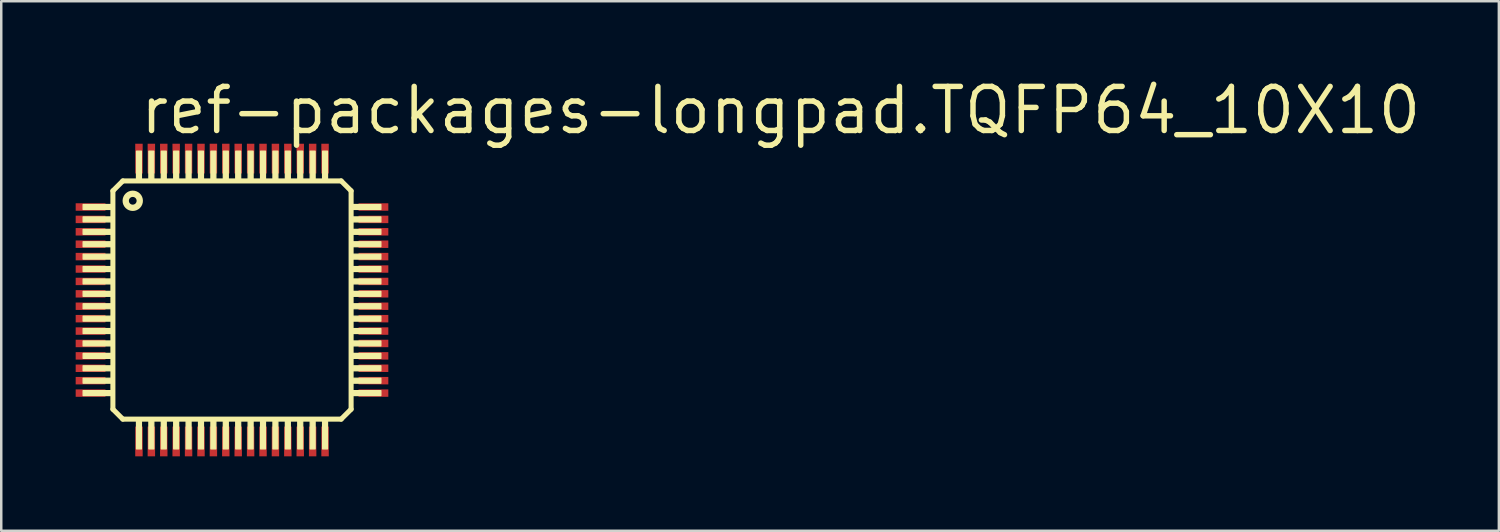
<source format=kicad_pcb>
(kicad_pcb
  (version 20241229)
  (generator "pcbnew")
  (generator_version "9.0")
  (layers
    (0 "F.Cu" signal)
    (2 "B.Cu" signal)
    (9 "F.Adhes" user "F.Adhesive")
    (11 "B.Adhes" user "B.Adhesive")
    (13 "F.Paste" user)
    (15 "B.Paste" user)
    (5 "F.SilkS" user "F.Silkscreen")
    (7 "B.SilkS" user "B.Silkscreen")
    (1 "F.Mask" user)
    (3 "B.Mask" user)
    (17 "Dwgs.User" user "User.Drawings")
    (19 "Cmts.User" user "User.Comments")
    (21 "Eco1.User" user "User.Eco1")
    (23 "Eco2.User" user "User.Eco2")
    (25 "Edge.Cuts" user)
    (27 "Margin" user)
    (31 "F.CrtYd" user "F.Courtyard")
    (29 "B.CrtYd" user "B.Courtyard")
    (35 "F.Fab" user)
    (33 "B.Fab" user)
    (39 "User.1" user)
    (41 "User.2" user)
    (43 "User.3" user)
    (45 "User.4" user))
  (footprint "ref-packages-longpad.TQFP64_10X10"
    (layer "F.Cu")
    (at 6.3 9.042)
    (property "Reference" "ref-packages-longpad.TQFP64_10X10" (at -3.81 -6.604 0) (layer "F.SilkS") (effects (font (size 1.778 1.778) (thickness 0.22)) (justify left bottom)))
    (attr smd)
    (fp_line (start -4.8 -4.4) (end -4.4 -4.8) (stroke (width 0.203) (type default)) (layer "F.SilkS"))
    (fp_line (start -4.8 4.4) (end -4.8 -4.4) (stroke (width 0.203) (type default)) (layer "F.SilkS"))
    (fp_line (start -4.4 -4.8) (end 4.4 -4.8) (stroke (width 0.203) (type default)) (layer "F.SilkS"))
    (fp_line (start -4.4 4.8) (end -4.8 4.4) (stroke (width 0.203) (type default)) (layer "F.SilkS"))
    (fp_line (start 4.4 -4.8) (end 4.8 -4.4) (stroke (width 0.203) (type default)) (layer "F.SilkS"))
    (fp_line (start 4.4 4.8) (end -4.4 4.8) (stroke (width 0.203) (type default)) (layer "F.SilkS"))
    (fp_line (start 4.8 -4.4) (end 4.8 4.4) (stroke (width 0.203) (type default)) (layer "F.SilkS"))
    (fp_line (start 4.8 4.4) (end 4.4 4.8) (stroke (width 0.203) (type default)) (layer "F.SilkS"))
    (fp_rect (start -6 -3.65) (end -4.8 -3.85) (stroke (width 0.05) (type default)) (fill yes) (layer "F.SilkS"))
    (fp_rect (start -6 -3.15) (end -4.8 -3.35) (stroke (width 0.05) (type default)) (fill yes) (layer "F.SilkS"))
    (fp_rect (start -6 -2.65) (end -4.8 -2.85) (stroke (width 0.05) (type default)) (fill yes) (layer "F.SilkS"))
    (fp_rect (start -6 -2.15) (end -4.8 -2.35) (stroke (width 0.05) (type default)) (fill yes) (layer "F.SilkS"))
    (fp_rect (start -6 -1.65) (end -4.8 -1.85) (stroke (width 0.05) (type default)) (fill yes) (layer "F.SilkS"))
    (fp_rect (start -6 -1.15) (end -4.8 -1.35) (stroke (width 0.05) (type default)) (fill yes) (layer "F.SilkS"))
    (fp_rect (start -6 -0.65) (end -4.8 -0.85) (stroke (width 0.05) (type default)) (fill yes) (layer "F.SilkS"))
    (fp_rect (start -6 -0.15) (end -4.8 -0.35) (stroke (width 0.05) (type default)) (fill yes) (layer "F.SilkS"))
    (fp_rect (start -6 0.35) (end -4.8 0.15) (stroke (width 0.05) (type default)) (fill yes) (layer "F.SilkS"))
    (fp_rect (start -6 0.85) (end -4.8 0.65) (stroke (width 0.05) (type default)) (fill yes) (layer "F.SilkS"))
    (fp_rect (start -6 1.35) (end -4.8 1.15) (stroke (width 0.05) (type default)) (fill yes) (layer "F.SilkS"))
    (fp_rect (start -6 1.85) (end -4.8 1.65) (stroke (width 0.05) (type default)) (fill yes) (layer "F.SilkS"))
    (fp_rect (start -6 2.35) (end -4.8 2.15) (stroke (width 0.05) (type default)) (fill yes) (layer "F.SilkS"))
    (fp_rect (start -6 2.85) (end -4.8 2.65) (stroke (width 0.05) (type default)) (fill yes) (layer "F.SilkS"))
    (fp_rect (start -6 3.35) (end -4.8 3.15) (stroke (width 0.05) (type default)) (fill yes) (layer "F.SilkS"))
    (fp_rect (start -6 3.85) (end -4.8 3.65) (stroke (width 0.05) (type default)) (fill yes) (layer "F.SilkS"))
    (fp_rect (start -3.85 -4.8) (end -3.65 -6) (stroke (width 0.05) (type default)) (fill yes) (layer "F.SilkS"))
    (fp_rect (start -3.85 6) (end -3.65 4.8) (stroke (width 0.05) (type default)) (fill yes) (layer "F.SilkS"))
    (fp_rect (start -3.35 -4.8) (end -3.15 -6) (stroke (width 0.05) (type default)) (fill yes) (layer "F.SilkS"))
    (fp_rect (start -3.35 6) (end -3.15 4.8) (stroke (width 0.05) (type default)) (fill yes) (layer "F.SilkS"))
    (fp_rect (start -2.85 -4.8) (end -2.65 -6) (stroke (width 0.05) (type default)) (fill yes) (layer "F.SilkS"))
    (fp_rect (start -2.85 6) (end -2.65 4.8) (stroke (width 0.05) (type default)) (fill yes) (layer "F.SilkS"))
    (fp_rect (start -2.35 -4.8) (end -2.15 -6) (stroke (width 0.05) (type default)) (fill yes) (layer "F.SilkS"))
    (fp_rect (start -2.35 6) (end -2.15 4.8) (stroke (width 0.05) (type default)) (fill yes) (layer "F.SilkS"))
    (fp_rect (start -1.85 -4.8) (end -1.65 -6) (stroke (width 0.05) (type default)) (fill yes) (layer "F.SilkS"))
    (fp_rect (start -1.85 6) (end -1.65 4.8) (stroke (width 0.05) (type default)) (fill yes) (layer "F.SilkS"))
    (fp_rect (start -1.35 -4.8) (end -1.15 -6) (stroke (width 0.05) (type default)) (fill yes) (layer "F.SilkS"))
    (fp_rect (start -1.35 6) (end -1.15 4.8) (stroke (width 0.05) (type default)) (fill yes) (layer "F.SilkS"))
    (fp_rect (start -0.85 -4.8) (end -0.65 -6) (stroke (width 0.05) (type default)) (fill yes) (layer "F.SilkS"))
    (fp_rect (start -0.85 6) (end -0.65 4.8) (stroke (width 0.05) (type default)) (fill yes) (layer "F.SilkS"))
    (fp_rect (start -0.35 -4.8) (end -0.15 -6) (stroke (width 0.05) (type default)) (fill yes) (layer "F.SilkS"))
    (fp_rect (start -0.35 6) (end -0.15 4.8) (stroke (width 0.05) (type default)) (fill yes) (layer "F.SilkS"))
    (fp_rect (start 0.15 -4.8) (end 0.35 -6) (stroke (width 0.05) (type default)) (fill yes) (layer "F.SilkS"))
    (fp_rect (start 0.15 6) (end 0.35 4.8) (stroke (width 0.05) (type default)) (fill yes) (layer "F.SilkS"))
    (fp_rect (start 0.65 -4.8) (end 0.85 -6) (stroke (width 0.05) (type default)) (fill yes) (layer "F.SilkS"))
    (fp_rect (start 0.65 6) (end 0.85 4.8) (stroke (width 0.05) (type default)) (fill yes) (layer "F.SilkS"))
    (fp_rect (start 1.15 -4.8) (end 1.35 -6) (stroke (width 0.05) (type default)) (fill yes) (layer "F.SilkS"))
    (fp_rect (start 1.15 6) (end 1.35 4.8) (stroke (width 0.05) (type default)) (fill yes) (layer "F.SilkS"))
    (fp_rect (start 1.65 -4.8) (end 1.85 -6) (stroke (width 0.05) (type default)) (fill yes) (layer "F.SilkS"))
    (fp_rect (start 1.65 6) (end 1.85 4.8) (stroke (width 0.05) (type default)) (fill yes) (layer "F.SilkS"))
    (fp_rect (start 2.15 -4.8) (end 2.35 -6) (stroke (width 0.05) (type default)) (fill yes) (layer "F.SilkS"))
    (fp_rect (start 2.15 6) (end 2.35 4.8) (stroke (width 0.05) (type default)) (fill yes) (layer "F.SilkS"))
    (fp_rect (start 2.65 -4.8) (end 2.85 -6) (stroke (width 0.05) (type default)) (fill yes) (layer "F.SilkS"))
    (fp_rect (start 2.65 6) (end 2.85 4.8) (stroke (width 0.05) (type default)) (fill yes) (layer "F.SilkS"))
    (fp_rect (start 3.15 -4.8) (end 3.35 -6) (stroke (width 0.05) (type default)) (fill yes) (layer "F.SilkS"))
    (fp_rect (start 3.15 6) (end 3.35 4.8) (stroke (width 0.05) (type default)) (fill yes) (layer "F.SilkS"))
    (fp_rect (start 3.65 -4.8) (end 3.85 -6) (stroke (width 0.05) (type default)) (fill yes) (layer "F.SilkS"))
    (fp_rect (start 3.65 6) (end 3.85 4.8) (stroke (width 0.05) (type default)) (fill yes) (layer "F.SilkS"))
    (fp_rect (start 4.8 -3.65) (end 6 -3.85) (stroke (width 0.05) (type default)) (fill yes) (layer "F.SilkS"))
    (fp_rect (start 4.8 -3.15) (end 6 -3.35) (stroke (width 0.05) (type default)) (fill yes) (layer "F.SilkS"))
    (fp_rect (start 4.8 -2.65) (end 6 -2.85) (stroke (width 0.05) (type default)) (fill yes) (layer "F.SilkS"))
    (fp_rect (start 4.8 -2.15) (end 6 -2.35) (stroke (width 0.05) (type default)) (fill yes) (layer "F.SilkS"))
    (fp_rect (start 4.8 -1.65) (end 6 -1.85) (stroke (width 0.05) (type default)) (fill yes) (layer "F.SilkS"))
    (fp_rect (start 4.8 -1.15) (end 6 -1.35) (stroke (width 0.05) (type default)) (fill yes) (layer "F.SilkS"))
    (fp_rect (start 4.8 -0.65) (end 6 -0.85) (stroke (width 0.05) (type default)) (fill yes) (layer "F.SilkS"))
    (fp_rect (start 4.8 -0.15) (end 6 -0.35) (stroke (width 0.05) (type default)) (fill yes) (layer "F.SilkS"))
    (fp_rect (start 4.8 0.35) (end 6 0.15) (stroke (width 0.05) (type default)) (fill yes) (layer "F.SilkS"))
    (fp_rect (start 4.8 0.85) (end 6 0.65) (stroke (width 0.05) (type default)) (fill yes) (layer "F.SilkS"))
    (fp_rect (start 4.8 1.35) (end 6 1.15) (stroke (width 0.05) (type default)) (fill yes) (layer "F.SilkS"))
    (fp_rect (start 4.8 1.85) (end 6 1.65) (stroke (width 0.05) (type default)) (fill yes) (layer "F.SilkS"))
    (fp_rect (start 4.8 2.35) (end 6 2.15) (stroke (width 0.05) (type default)) (fill yes) (layer "F.SilkS"))
    (fp_rect (start 4.8 2.85) (end 6 2.65) (stroke (width 0.05) (type default)) (fill yes) (layer "F.SilkS"))
    (fp_rect (start 4.8 3.35) (end 6 3.15) (stroke (width 0.05) (type default)) (fill yes) (layer "F.SilkS"))
    (fp_rect (start 4.8 3.85) (end 6 3.65) (stroke (width 0.05) (type default)) (fill yes) (layer "F.SilkS"))
    (fp_circle (center -4 -4) (end -3.717 -4) (stroke (width 0.254) (type default)) (fill no) (layer "F.SilkS"))
    (pad "1" smd roundrect (at -5.7 -3.75) (size 1.2 0.3) (layers "F.Cu" "F.Mask" "F.Paste") (roundrect_rratio 0.01))
    (pad "2" smd roundrect (at -5.7 -3.25) (size 1.2 0.3) (layers "F.Cu" "F.Mask" "F.Paste") (roundrect_rratio 0.01))
    (pad "3" smd roundrect (at -5.7 -2.75) (size 1.2 0.3) (layers "F.Cu" "F.Mask" "F.Paste") (roundrect_rratio 0.01))
    (pad "4" smd roundrect (at -5.7 -2.25) (size 1.2 0.3) (layers "F.Cu" "F.Mask" "F.Paste") (roundrect_rratio 0.01))
    (pad "5" smd roundrect (at -5.7 -1.75) (size 1.2 0.3) (layers "F.Cu" "F.Mask" "F.Paste") (roundrect_rratio 0.01))
    (pad "6" smd roundrect (at -5.7 -1.25) (size 1.2 0.3) (layers "F.Cu" "F.Mask" "F.Paste") (roundrect_rratio 0.01))
    (pad "7" smd roundrect (at -5.7 -0.75) (size 1.2 0.3) (layers "F.Cu" "F.Mask" "F.Paste") (roundrect_rratio 0.01))
    (pad "8" smd roundrect (at -5.7 -0.25) (size 1.2 0.3) (layers "F.Cu" "F.Mask" "F.Paste") (roundrect_rratio 0.01))
    (pad "9" smd roundrect (at -5.7 0.25) (size 1.2 0.3) (layers "F.Cu" "F.Mask" "F.Paste") (roundrect_rratio 0.01))
    (pad "10" smd roundrect (at -5.7 0.75) (size 1.2 0.3) (layers "F.Cu" "F.Mask" "F.Paste") (roundrect_rratio 0.01))
    (pad "11" smd roundrect (at -5.7 1.25) (size 1.2 0.3) (layers "F.Cu" "F.Mask" "F.Paste") (roundrect_rratio 0.01))
    (pad "12" smd roundrect (at -5.7 1.75) (size 1.2 0.3) (layers "F.Cu" "F.Mask" "F.Paste") (roundrect_rratio 0.01))
    (pad "13" smd roundrect (at -5.7 2.25) (size 1.2 0.3) (layers "F.Cu" "F.Mask" "F.Paste") (roundrect_rratio 0.01))
    (pad "14" smd roundrect (at -5.7 2.75) (size 1.2 0.3) (layers "F.Cu" "F.Mask" "F.Paste") (roundrect_rratio 0.01))
    (pad "15" smd roundrect (at -5.7 3.25) (size 1.2 0.3) (layers "F.Cu" "F.Mask" "F.Paste") (roundrect_rratio 0.01))
    (pad "16" smd roundrect (at -5.7 3.75) (size 1.2 0.3) (layers "F.Cu" "F.Mask" "F.Paste") (roundrect_rratio 0.01))
    (pad "17" smd roundrect (at -3.75 5.7) (size 0.3 1.2) (layers "F.Cu" "F.Mask" "F.Paste") (roundrect_rratio 0.01))
    (pad "18" smd roundrect (at -3.25 5.7) (size 0.3 1.2) (layers "F.Cu" "F.Mask" "F.Paste") (roundrect_rratio 0.01))
    (pad "19" smd roundrect (at -2.75 5.7) (size 0.3 1.2) (layers "F.Cu" "F.Mask" "F.Paste") (roundrect_rratio 0.01))
    (pad "20" smd roundrect (at -2.25 5.7) (size 0.3 1.2) (layers "F.Cu" "F.Mask" "F.Paste") (roundrect_rratio 0.01))
    (pad "21" smd roundrect (at -1.75 5.7) (size 0.3 1.2) (layers "F.Cu" "F.Mask" "F.Paste") (roundrect_rratio 0.01))
    (pad "22" smd roundrect (at -1.25 5.7) (size 0.3 1.2) (layers "F.Cu" "F.Mask" "F.Paste") (roundrect_rratio 0.01))
    (pad "23" smd roundrect (at -0.75 5.7) (size 0.3 1.2) (layers "F.Cu" "F.Mask" "F.Paste") (roundrect_rratio 0.01))
    (pad "24" smd roundrect (at -0.25 5.7) (size 0.3 1.2) (layers "F.Cu" "F.Mask" "F.Paste") (roundrect_rratio 0.01))
    (pad "25" smd roundrect (at 0.25 5.7) (size 0.3 1.2) (layers "F.Cu" "F.Mask" "F.Paste") (roundrect_rratio 0.01))
    (pad "26" smd roundrect (at 0.75 5.7) (size 0.3 1.2) (layers "F.Cu" "F.Mask" "F.Paste") (roundrect_rratio 0.01))
    (pad "27" smd roundrect (at 1.25 5.7) (size 0.3 1.2) (layers "F.Cu" "F.Mask" "F.Paste") (roundrect_rratio 0.01))
    (pad "28" smd roundrect (at 1.75 5.7) (size 0.3 1.2) (layers "F.Cu" "F.Mask" "F.Paste") (roundrect_rratio 0.01))
    (pad "29" smd roundrect (at 2.25 5.7) (size 0.3 1.2) (layers "F.Cu" "F.Mask" "F.Paste") (roundrect_rratio 0.01))
    (pad "30" smd roundrect (at 2.75 5.7) (size 0.3 1.2) (layers "F.Cu" "F.Mask" "F.Paste") (roundrect_rratio 0.01))
    (pad "31" smd roundrect (at 3.25 5.7) (size 0.3 1.2) (layers "F.Cu" "F.Mask" "F.Paste") (roundrect_rratio 0.01))
    (pad "32" smd roundrect (at 3.75 5.7) (size 0.3 1.2) (layers "F.Cu" "F.Mask" "F.Paste") (roundrect_rratio 0.01))
    (pad "33" smd roundrect (at 5.7 3.75) (size 1.2 0.3) (layers "F.Cu" "F.Mask" "F.Paste") (roundrect_rratio 0.01))
    (pad "34" smd roundrect (at 5.7 3.25) (size 1.2 0.3) (layers "F.Cu" "F.Mask" "F.Paste") (roundrect_rratio 0.01))
    (pad "35" smd roundrect (at 5.7 2.75) (size 1.2 0.3) (layers "F.Cu" "F.Mask" "F.Paste") (roundrect_rratio 0.01))
    (pad "36" smd roundrect (at 5.7 2.25) (size 1.2 0.3) (layers "F.Cu" "F.Mask" "F.Paste") (roundrect_rratio 0.01))
    (pad "37" smd roundrect (at 5.7 1.75) (size 1.2 0.3) (layers "F.Cu" "F.Mask" "F.Paste") (roundrect_rratio 0.01))
    (pad "38" smd roundrect (at 5.7 1.25) (size 1.2 0.3) (layers "F.Cu" "F.Mask" "F.Paste") (roundrect_rratio 0.01))
    (pad "39" smd roundrect (at 5.7 0.75) (size 1.2 0.3) (layers "F.Cu" "F.Mask" "F.Paste") (roundrect_rratio 0.01))
    (pad "40" smd roundrect (at 5.7 0.25) (size 1.2 0.3) (layers "F.Cu" "F.Mask" "F.Paste") (roundrect_rratio 0.01))
    (pad "41" smd roundrect (at 5.7 -0.25) (size 1.2 0.3) (layers "F.Cu" "F.Mask" "F.Paste") (roundrect_rratio 0.01))
    (pad "42" smd roundrect (at 5.7 -0.75) (size 1.2 0.3) (layers "F.Cu" "F.Mask" "F.Paste") (roundrect_rratio 0.01))
    (pad "43" smd roundrect (at 5.7 -1.25) (size 1.2 0.3) (layers "F.Cu" "F.Mask" "F.Paste") (roundrect_rratio 0.01))
    (pad "44" smd roundrect (at 5.7 -1.75) (size 1.2 0.3) (layers "F.Cu" "F.Mask" "F.Paste") (roundrect_rratio 0.01))
    (pad "45" smd roundrect (at 5.7 -2.25) (size 1.2 0.3) (layers "F.Cu" "F.Mask" "F.Paste") (roundrect_rratio 0.01))
    (pad "46" smd roundrect (at 5.7 -2.75) (size 1.2 0.3) (layers "F.Cu" "F.Mask" "F.Paste") (roundrect_rratio 0.01))
    (pad "47" smd roundrect (at 5.7 -3.25) (size 1.2 0.3) (layers "F.Cu" "F.Mask" "F.Paste") (roundrect_rratio 0.01))
    (pad "48" smd roundrect (at 5.7 -3.75) (size 1.2 0.3) (layers "F.Cu" "F.Mask" "F.Paste") (roundrect_rratio 0.01))
    (pad "49" smd roundrect (at 3.75 -5.7) (size 0.3 1.2) (layers "F.Cu" "F.Mask" "F.Paste") (roundrect_rratio 0.01))
    (pad "50" smd roundrect (at 3.25 -5.7) (size 0.3 1.2) (layers "F.Cu" "F.Mask" "F.Paste") (roundrect_rratio 0.01))
    (pad "51" smd roundrect (at 2.75 -5.7) (size 0.3 1.2) (layers "F.Cu" "F.Mask" "F.Paste") (roundrect_rratio 0.01))
    (pad "52" smd roundrect (at 2.25 -5.7) (size 0.3 1.2) (layers "F.Cu" "F.Mask" "F.Paste") (roundrect_rratio 0.01))
    (pad "53" smd roundrect (at 1.75 -5.7) (size 0.3 1.2) (layers "F.Cu" "F.Mask" "F.Paste") (roundrect_rratio 0.01))
    (pad "54" smd roundrect (at 1.25 -5.7) (size 0.3 1.2) (layers "F.Cu" "F.Mask" "F.Paste") (roundrect_rratio 0.01))
    (pad "55" smd roundrect (at 0.75 -5.7) (size 0.3 1.2) (layers "F.Cu" "F.Mask" "F.Paste") (roundrect_rratio 0.01))
    (pad "56" smd roundrect (at 0.25 -5.7) (size 0.3 1.2) (layers "F.Cu" "F.Mask" "F.Paste") (roundrect_rratio 0.01))
    (pad "57" smd roundrect (at -0.25 -5.7) (size 0.3 1.2) (layers "F.Cu" "F.Mask" "F.Paste") (roundrect_rratio 0.01))
    (pad "58" smd roundrect (at -0.75 -5.7) (size 0.3 1.2) (layers "F.Cu" "F.Mask" "F.Paste") (roundrect_rratio 0.01))
    (pad "59" smd roundrect (at -1.25 -5.7) (size 0.3 1.2) (layers "F.Cu" "F.Mask" "F.Paste") (roundrect_rratio 0.01))
    (pad "60" smd roundrect (at -1.75 -5.7) (size 0.3 1.2) (layers "F.Cu" "F.Mask" "F.Paste") (roundrect_rratio 0.01))
    (pad "61" smd roundrect (at -2.25 -5.7) (size 0.3 1.2) (layers "F.Cu" "F.Mask" "F.Paste") (roundrect_rratio 0.01))
    (pad "62" smd roundrect (at -2.75 -5.7) (size 0.3 1.2) (layers "F.Cu" "F.Mask" "F.Paste") (roundrect_rratio 0.01))
    (pad "63" smd roundrect (at -3.25 -5.7) (size 0.3 1.2) (layers "F.Cu" "F.Mask" "F.Paste") (roundrect_rratio 0.01))
    (pad "64" smd roundrect (at -3.75 -5.7) (size 0.3 1.2) (layers "F.Cu" "F.Mask" "F.Paste") (roundrect_rratio 0.01)))
  (gr_rect
    (start -3 -3)
    (end 57.356 18.342)
    (stroke (width 0.1) (type default))
    (fill no)
    (layer "Edge.Cuts")))
</source>
